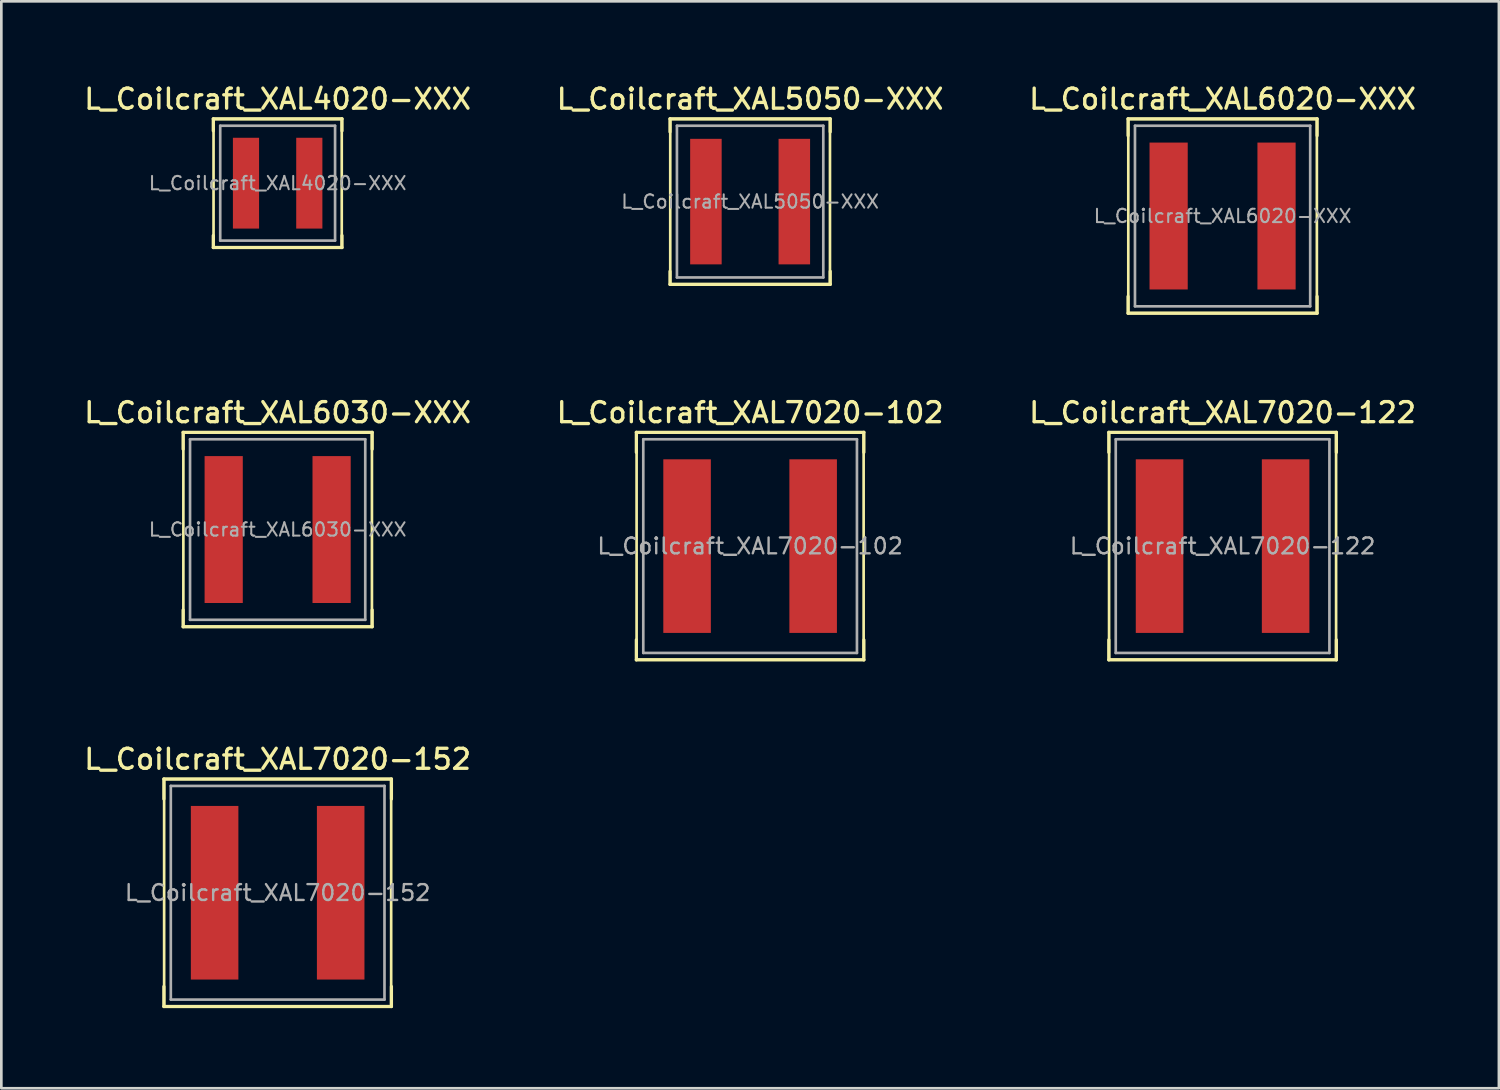
<source format=kicad_pcb>
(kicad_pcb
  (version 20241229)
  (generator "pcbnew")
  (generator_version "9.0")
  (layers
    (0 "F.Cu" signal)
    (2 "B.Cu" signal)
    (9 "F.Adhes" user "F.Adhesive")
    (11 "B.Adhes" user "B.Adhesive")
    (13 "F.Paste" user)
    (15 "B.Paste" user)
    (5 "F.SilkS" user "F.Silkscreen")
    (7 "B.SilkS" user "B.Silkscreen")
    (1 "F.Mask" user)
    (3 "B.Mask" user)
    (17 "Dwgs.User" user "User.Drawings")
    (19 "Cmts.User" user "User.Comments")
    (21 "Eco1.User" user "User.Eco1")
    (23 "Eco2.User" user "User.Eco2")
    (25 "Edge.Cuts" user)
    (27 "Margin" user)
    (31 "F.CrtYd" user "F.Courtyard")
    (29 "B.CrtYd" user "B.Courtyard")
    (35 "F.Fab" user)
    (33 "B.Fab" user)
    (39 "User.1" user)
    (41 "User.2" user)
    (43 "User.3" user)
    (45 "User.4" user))
  (footprint "L_Coilcraft_XAL7020-152"
    (layer "F.Cu")
    (at 7.345 30.374)
    (property "Reference" "L_Coilcraft_XAL7020-152" (at 0 -5 0) (layer "F.SilkS") (effects (font (size 0.75 0.75) (thickness 0.125))))
    (attr smd)
    (fp_line (start -4.26 -4.26) (end -4.26 -3.51) (stroke (width 0.12) (type solid)) (layer "F.SilkS"))
    (fp_line (start -4.26 -4.26) (end 4.26 -4.26) (stroke (width 0.12) (type solid)) (layer "F.SilkS"))
    (fp_line (start -4.26 4.26) (end -4.26 3.51) (stroke (width 0.12) (type solid)) (layer "F.SilkS"))
    (fp_line (start -4.26 4.26) (end 4.26 4.26) (stroke (width 0.12) (type solid)) (layer "F.SilkS"))
    (fp_line (start -4.25 -4.25) (end -4.25 4.25) (stroke (width 0.1) (type solid)) (layer "F.SilkS"))
    (fp_line (start -4.25 4.25) (end 4.25 4.25) (stroke (width 0.1) (type solid)) (layer "F.SilkS"))
    (fp_line (start 4.25 -4.25) (end -4.25 -4.25) (stroke (width 0.1) (type solid)) (layer "F.SilkS"))
    (fp_line (start 4.25 4.25) (end 4.25 -4.25) (stroke (width 0.1) (type solid)) (layer "F.SilkS"))
    (fp_line (start 4.26 -4.26) (end 4.26 -3.51) (stroke (width 0.12) (type solid)) (layer "F.SilkS"))
    (fp_line (start 4.26 4.26) (end 4.26 3.51) (stroke (width 0.12) (type solid)) (layer "F.SilkS"))
    (fp_line (start -4 -4) (end -4 4) (stroke (width 0.1) (type solid)) (layer "F.Fab"))
    (fp_line (start -4 4) (end 4 4) (stroke (width 0.1) (type solid)) (layer "F.Fab"))
    (fp_line (start 4 -4) (end -4 -4) (stroke (width 0.1) (type solid)) (layer "F.Fab"))
    (fp_line (start 4 4) (end 4 -4) (stroke (width 0.1) (type solid)) (layer "F.Fab"))
    (fp_text user "${REFERENCE}" (at 0 0 0) (layer "F.Fab") (effects (font (size 0.593 0.593) (thickness 0.089))))
    (pad "1" smd rect (at -2.36 0) (size 1.78 6.5) (layers "F.Cu" "F.Mask" "F.Paste"))
    (pad "2" smd rect (at 2.36 0) (size 1.78 6.5) (layers "F.Cu" "F.Mask" "F.Paste")))
  (footprint "L_Coilcraft_XAL7020-102"
    (layer "F.Cu")
    (at 25.034 17.396)
    (property "Reference" "L_Coilcraft_XAL7020-102" (at 0 -5 0) (layer "F.SilkS") (effects (font (size 0.75 0.75) (thickness 0.125))))
    (attr smd)
    (fp_line (start -4.26 -4.26) (end -4.26 -3.51) (stroke (width 0.12) (type solid)) (layer "F.SilkS"))
    (fp_line (start -4.26 -4.26) (end 4.26 -4.26) (stroke (width 0.12) (type solid)) (layer "F.SilkS"))
    (fp_line (start -4.26 4.26) (end -4.26 3.51) (stroke (width 0.12) (type solid)) (layer "F.SilkS"))
    (fp_line (start -4.26 4.26) (end 4.26 4.26) (stroke (width 0.12) (type solid)) (layer "F.SilkS"))
    (fp_line (start -4.25 -4.25) (end -4.25 4.25) (stroke (width 0.1) (type solid)) (layer "F.SilkS"))
    (fp_line (start -4.25 4.25) (end 4.25 4.25) (stroke (width 0.1) (type solid)) (layer "F.SilkS"))
    (fp_line (start 4.25 -4.25) (end -4.25 -4.25) (stroke (width 0.1) (type solid)) (layer "F.SilkS"))
    (fp_line (start 4.25 4.25) (end 4.25 -4.25) (stroke (width 0.1) (type solid)) (layer "F.SilkS"))
    (fp_line (start 4.26 -4.26) (end 4.26 -3.51) (stroke (width 0.12) (type solid)) (layer "F.SilkS"))
    (fp_line (start 4.26 4.26) (end 4.26 3.51) (stroke (width 0.12) (type solid)) (layer "F.SilkS"))
    (fp_line (start -4 -4) (end -4 4) (stroke (width 0.1) (type solid)) (layer "F.Fab"))
    (fp_line (start -4 4) (end 4 4) (stroke (width 0.1) (type solid)) (layer "F.Fab"))
    (fp_line (start 4 -4) (end -4 -4) (stroke (width 0.1) (type solid)) (layer "F.Fab"))
    (fp_line (start 4 4) (end 4 -4) (stroke (width 0.1) (type solid)) (layer "F.Fab"))
    (fp_text user "${REFERENCE}" (at 0 0 0) (layer "F.Fab") (effects (font (size 0.593 0.593) (thickness 0.089))))
    (pad "1" smd rect (at -2.36 0) (size 1.78 6.5) (layers "F.Cu" "F.Mask" "F.Paste"))
    (pad "2" smd rect (at 2.36 0) (size 1.78 6.5) (layers "F.Cu" "F.Mask" "F.Paste")))
  (footprint "L_Coilcraft_XAL6030-XXX"
    (layer "F.Cu")
    (at 7.345 16.776)
    (property "Reference" "L_Coilcraft_XAL6030-XXX" (at 0 -4.38 0) (layer "F.SilkS") (effects (font (size 0.75 0.75) (thickness 0.125))))
    (attr smd)
    (fp_line (start -3.54 -3.64) (end -3.54 -3.01) (stroke (width 0.12) (type solid)) (layer "F.SilkS"))
    (fp_line (start -3.54 -3.64) (end 3.54 -3.64) (stroke (width 0.12) (type solid)) (layer "F.SilkS"))
    (fp_line (start -3.54 3.64) (end -3.54 3.01) (stroke (width 0.12) (type solid)) (layer "F.SilkS"))
    (fp_line (start -3.54 3.64) (end 3.54 3.64) (stroke (width 0.12) (type solid)) (layer "F.SilkS"))
    (fp_line (start -3.53 -3.63) (end -3.53 3.63) (stroke (width 0.1) (type solid)) (layer "F.SilkS"))
    (fp_line (start -3.53 3.63) (end 3.53 3.63) (stroke (width 0.1) (type solid)) (layer "F.SilkS"))
    (fp_line (start 3.53 -3.63) (end -3.53 -3.63) (stroke (width 0.1) (type solid)) (layer "F.SilkS"))
    (fp_line (start 3.53 3.63) (end 3.53 -3.63) (stroke (width 0.1) (type solid)) (layer "F.SilkS"))
    (fp_line (start 3.54 -3.64) (end 3.54 -3.01) (stroke (width 0.12) (type solid)) (layer "F.SilkS"))
    (fp_line (start 3.54 3.64) (end 3.54 3.01) (stroke (width 0.12) (type solid)) (layer "F.SilkS"))
    (fp_line (start -3.28 -3.38) (end -3.28 3.38) (stroke (width 0.1) (type solid)) (layer "F.Fab"))
    (fp_line (start -3.28 3.38) (end 3.28 3.38) (stroke (width 0.1) (type solid)) (layer "F.Fab"))
    (fp_line (start 3.28 -3.38) (end -3.28 -3.38) (stroke (width 0.1) (type solid)) (layer "F.Fab"))
    (fp_line (start 3.28 3.38) (end 3.28 -3.38) (stroke (width 0.1) (type solid)) (layer "F.Fab"))
    (fp_text user "${REFERENCE}" (at 0 0 0) (layer "F.Fab") (effects (font (size 0.5 0.5) (thickness 0.075))))
    (pad "1" smd rect (at -2.02 0) (size 1.43 5.5) (layers "F.Cu" "F.Mask" "F.Paste"))
    (pad "2" smd rect (at 2.02 0) (size 1.43 5.5) (layers "F.Cu" "F.Mask" "F.Paste")))
  (footprint "L_Coilcraft_XAL7020-122"
    (layer "F.Cu")
    (at 42.723 17.396)
    (property "Reference" "L_Coilcraft_XAL7020-122" (at 0 -5 0) (layer "F.SilkS") (effects (font (size 0.75 0.75) (thickness 0.125))))
    (attr smd)
    (fp_line (start -4.26 -4.26) (end -4.26 -3.51) (stroke (width 0.12) (type solid)) (layer "F.SilkS"))
    (fp_line (start -4.26 -4.26) (end 4.26 -4.26) (stroke (width 0.12) (type solid)) (layer "F.SilkS"))
    (fp_line (start -4.26 4.26) (end -4.26 3.51) (stroke (width 0.12) (type solid)) (layer "F.SilkS"))
    (fp_line (start -4.26 4.26) (end 4.26 4.26) (stroke (width 0.12) (type solid)) (layer "F.SilkS"))
    (fp_line (start -4.25 -4.25) (end -4.25 4.25) (stroke (width 0.1) (type solid)) (layer "F.SilkS"))
    (fp_line (start -4.25 4.25) (end 4.25 4.25) (stroke (width 0.1) (type solid)) (layer "F.SilkS"))
    (fp_line (start 4.25 -4.25) (end -4.25 -4.25) (stroke (width 0.1) (type solid)) (layer "F.SilkS"))
    (fp_line (start 4.25 4.25) (end 4.25 -4.25) (stroke (width 0.1) (type solid)) (layer "F.SilkS"))
    (fp_line (start 4.26 -4.26) (end 4.26 -3.51) (stroke (width 0.12) (type solid)) (layer "F.SilkS"))
    (fp_line (start 4.26 4.26) (end 4.26 3.51) (stroke (width 0.12) (type solid)) (layer "F.SilkS"))
    (fp_line (start -4 -4) (end -4 4) (stroke (width 0.1) (type solid)) (layer "F.Fab"))
    (fp_line (start -4 4) (end 4 4) (stroke (width 0.1) (type solid)) (layer "F.Fab"))
    (fp_line (start 4 -4) (end -4 -4) (stroke (width 0.1) (type solid)) (layer "F.Fab"))
    (fp_line (start 4 4) (end 4 -4) (stroke (width 0.1) (type solid)) (layer "F.Fab"))
    (fp_text user "${REFERENCE}" (at 0 0 0) (layer "F.Fab") (effects (font (size 0.593 0.593) (thickness 0.089))))
    (pad "1" smd rect (at -2.36 0) (size 1.78 6.5) (layers "F.Cu" "F.Mask" "F.Paste"))
    (pad "2" smd rect (at 2.36 0) (size 1.78 6.5) (layers "F.Cu" "F.Mask" "F.Paste")))
  (footprint "L_Coilcraft_XAL4020-XXX"
    (layer "F.Cu")
    (at 7.345 3.808)
    (property "Reference" "L_Coilcraft_XAL4020-XXX" (at 0 -3.15 0) (layer "F.SilkS") (effects (font (size 0.75 0.75) (thickness 0.125))))
    (attr smd)
    (fp_line (start -2.41 -2.41) (end -2.41 -1.96) (stroke (width 0.12) (type solid)) (layer "F.SilkS"))
    (fp_line (start -2.41 -2.41) (end 2.41 -2.41) (stroke (width 0.12) (type solid)) (layer "F.SilkS"))
    (fp_line (start -2.41 2.41) (end -2.41 1.96) (stroke (width 0.12) (type solid)) (layer "F.SilkS"))
    (fp_line (start -2.41 2.41) (end 2.41 2.41) (stroke (width 0.12) (type solid)) (layer "F.SilkS"))
    (fp_line (start -2.4 -2.4) (end -2.4 2.4) (stroke (width 0.1) (type solid)) (layer "F.SilkS"))
    (fp_line (start -2.4 2.4) (end 2.4 2.4) (stroke (width 0.1) (type solid)) (layer "F.SilkS"))
    (fp_line (start 2.4 -2.4) (end -2.4 -2.4) (stroke (width 0.1) (type solid)) (layer "F.SilkS"))
    (fp_line (start 2.4 2.4) (end 2.4 -2.4) (stroke (width 0.1) (type solid)) (layer "F.SilkS"))
    (fp_line (start 2.41 -2.41) (end 2.41 -1.96) (stroke (width 0.12) (type solid)) (layer "F.SilkS"))
    (fp_line (start 2.41 2.41) (end 2.41 1.96) (stroke (width 0.12) (type solid)) (layer "F.SilkS"))
    (fp_line (start -2.15 -2.15) (end -2.15 2.15) (stroke (width 0.1) (type solid)) (layer "F.Fab"))
    (fp_line (start -2.15 2.15) (end 2.15 2.15) (stroke (width 0.1) (type solid)) (layer "F.Fab"))
    (fp_line (start 2.15 -2.15) (end -2.15 -2.15) (stroke (width 0.1) (type solid)) (layer "F.Fab"))
    (fp_line (start 2.15 2.15) (end 2.15 -2.15) (stroke (width 0.1) (type solid)) (layer "F.Fab"))
    (fp_text user "${REFERENCE}" (at 0 0 0) (layer "F.Fab") (effects (font (size 0.5 0.5) (thickness 0.075))))
    (pad "1" smd rect (at -1.185 0) (size 0.98 3.4) (layers "F.Cu" "F.Mask" "F.Paste"))
    (pad "2" smd rect (at 1.185 0) (size 0.98 3.4) (layers "F.Cu" "F.Mask" "F.Paste")))
  (footprint "L_Coilcraft_XAL5050-XXX"
    (layer "F.Cu")
    (at 25.034 4.498)
    (property "Reference" "L_Coilcraft_XAL5050-XXX" (at 0 -3.84 0) (layer "F.SilkS") (effects (font (size 0.75 0.75) (thickness 0.125))))
    (attr smd)
    (fp_line (start -3 -3.1) (end -3 -2.61) (stroke (width 0.12) (type solid)) (layer "F.SilkS"))
    (fp_line (start -3 -3.1) (end 3 -3.1) (stroke (width 0.12) (type solid)) (layer "F.SilkS"))
    (fp_line (start -3 3.1) (end -3 2.61) (stroke (width 0.12) (type solid)) (layer "F.SilkS"))
    (fp_line (start -3 3.1) (end 3 3.1) (stroke (width 0.12) (type solid)) (layer "F.SilkS"))
    (fp_line (start -2.99 -3.09) (end -2.99 3.09) (stroke (width 0.1) (type solid)) (layer "F.SilkS"))
    (fp_line (start -2.99 3.09) (end 2.99 3.09) (stroke (width 0.1) (type solid)) (layer "F.SilkS"))
    (fp_line (start 2.99 -3.09) (end -2.99 -3.09) (stroke (width 0.1) (type solid)) (layer "F.SilkS"))
    (fp_line (start 2.99 3.09) (end 2.99 -3.09) (stroke (width 0.1) (type solid)) (layer "F.SilkS"))
    (fp_line (start 3 -3.1) (end 3 -2.61) (stroke (width 0.12) (type solid)) (layer "F.SilkS"))
    (fp_line (start 3 3.1) (end 3 2.61) (stroke (width 0.12) (type solid)) (layer "F.SilkS"))
    (fp_line (start -2.74 -2.84) (end -2.74 2.84) (stroke (width 0.1) (type solid)) (layer "F.Fab"))
    (fp_line (start -2.74 2.84) (end 2.74 2.84) (stroke (width 0.1) (type solid)) (layer "F.Fab"))
    (fp_line (start 2.74 -2.84) (end -2.74 -2.84) (stroke (width 0.1) (type solid)) (layer "F.Fab"))
    (fp_line (start 2.74 2.84) (end 2.74 -2.84) (stroke (width 0.1) (type solid)) (layer "F.Fab"))
    (fp_text user "${REFERENCE}" (at 0 0 0) (layer "F.Fab") (effects (font (size 0.5 0.5) (thickness 0.075))))
    (pad "1" smd rect (at -1.655 0) (size 1.18 4.7) (layers "F.Cu" "F.Mask" "F.Paste"))
    (pad "2" smd rect (at 1.655 0) (size 1.18 4.7) (layers "F.Cu" "F.Mask" "F.Paste")))
  (footprint "L_Coilcraft_XAL6020-XXX"
    (layer "F.Cu")
    (at 42.723 5.038)
    (property "Reference" "L_Coilcraft_XAL6020-XXX" (at 0 -4.38 0) (layer "F.SilkS") (effects (font (size 0.75 0.75) (thickness 0.125))))
    (attr smd)
    (fp_line (start -3.54 -3.64) (end -3.54 -3.01) (stroke (width 0.12) (type solid)) (layer "F.SilkS"))
    (fp_line (start -3.54 -3.64) (end 3.54 -3.64) (stroke (width 0.12) (type solid)) (layer "F.SilkS"))
    (fp_line (start -3.54 3.64) (end -3.54 3.01) (stroke (width 0.12) (type solid)) (layer "F.SilkS"))
    (fp_line (start -3.54 3.64) (end 3.54 3.64) (stroke (width 0.12) (type solid)) (layer "F.SilkS"))
    (fp_line (start -3.53 -3.63) (end -3.53 3.63) (stroke (width 0.1) (type solid)) (layer "F.SilkS"))
    (fp_line (start -3.53 3.63) (end 3.53 3.63) (stroke (width 0.1) (type solid)) (layer "F.SilkS"))
    (fp_line (start 3.53 -3.63) (end -3.53 -3.63) (stroke (width 0.1) (type solid)) (layer "F.SilkS"))
    (fp_line (start 3.53 3.63) (end 3.53 -3.63) (stroke (width 0.1) (type solid)) (layer "F.SilkS"))
    (fp_line (start 3.54 -3.64) (end 3.54 -3.01) (stroke (width 0.12) (type solid)) (layer "F.SilkS"))
    (fp_line (start 3.54 3.64) (end 3.54 3.01) (stroke (width 0.12) (type solid)) (layer "F.SilkS"))
    (fp_line (start -3.28 -3.38) (end -3.28 3.38) (stroke (width 0.1) (type solid)) (layer "F.Fab"))
    (fp_line (start -3.28 3.38) (end 3.28 3.38) (stroke (width 0.1) (type solid)) (layer "F.Fab"))
    (fp_line (start 3.28 -3.38) (end -3.28 -3.38) (stroke (width 0.1) (type solid)) (layer "F.Fab"))
    (fp_line (start 3.28 3.38) (end 3.28 -3.38) (stroke (width 0.1) (type solid)) (layer "F.Fab"))
    (fp_text user "${REFERENCE}" (at 0 0 0) (layer "F.Fab") (effects (font (size 0.5 0.5) (thickness 0.075))))
    (pad "1" smd rect (at -2.02 0) (size 1.43 5.5) (layers "F.Cu" "F.Mask" "F.Paste"))
    (pad "2" smd rect (at 2.02 0) (size 1.43 5.5) (layers "F.Cu" "F.Mask" "F.Paste")))
  (gr_rect
    (start -3 -3)
    (end 53.068 37.694)
    (stroke (width 0.1) (type default))
    (fill no)
    (layer "Edge.Cuts")))
</source>
